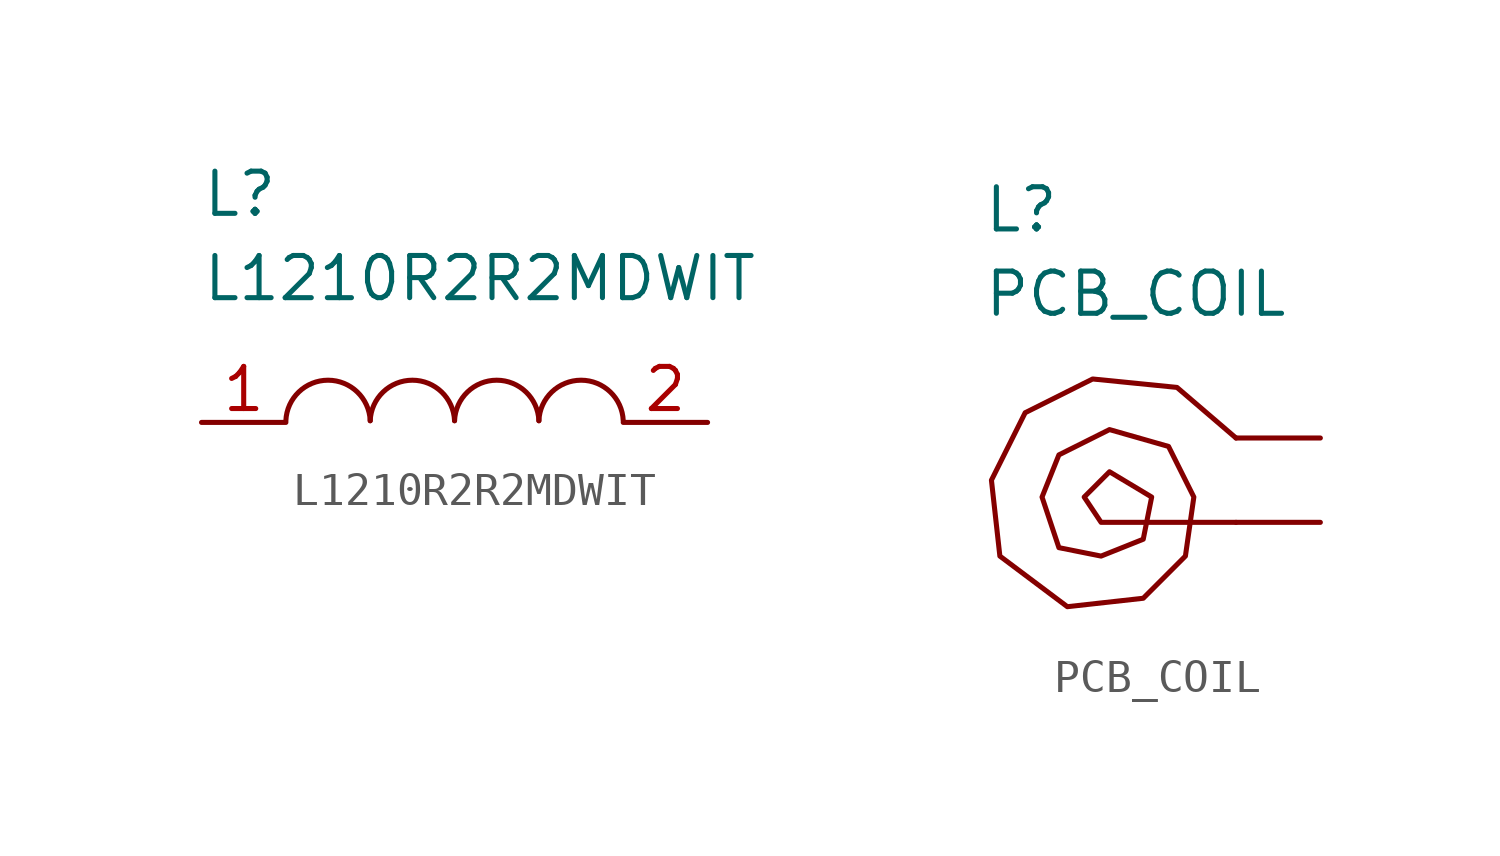
<source format=kicad_sym>
(kicad_symbol_lib
  (version 20241209)
  (generator "kicad_symbol_editor")
  (generator_version "9.0")
  (symbol "L1210R2R2MDWIT"
    (pin_names
      (offset 0.762))
    (property "Reference" "L"
      (at 0 7.62 0)
      (effects (font (size 1.27 1.27)) (justify left top)))
    (property "Value" "L1210R2R2MDWIT"
      (at 0 5.08 0)
      (effects (font (size 1.27 1.27)) (justify left top)))
    (symbol "L1210R2R2MDWIT_0_0"
      (pin passive line (at 0 0 0) (length 2.54) (name "~" (effects (font (size 1.27 1.27)))) (number "1" (effects (font (size 1.27 1.27)))))
      (pin passive line (at 15.24 0 180) (length 2.54) (name "~" (effects (font (size 1.27 1.27)))) (number "2" (effects (font (size 1.27 1.27))))))
    (symbol "L1210R2R2MDWIT_0_1"
      (arc (start 2.54 0.0508) (mid 3.81 1.271) (end 5.08 0.0508) (stroke (width 0.1524) (type default)) (fill (type none)))
      (arc (start 5.08 0.0508) (mid 6.35 1.271) (end 7.62 0.0508) (stroke (width 0.1524) (type default)) (fill (type none)))
      (arc (start 7.62 0.0508) (mid 8.89 1.271) (end 10.16 0.0508) (stroke (width 0.1524) (type default)) (fill (type none)))
      (arc (start 10.16 0.0508) (mid 11.43 1.271) (end 12.7 0.0508) (stroke (width 0.1524) (type default)) (fill (type none)))))
  (symbol "PCB_COIL"
    (pin_numbers
      (hide yes))
    (pin_names
      (hide yes))
    (property "Reference" "L"
      (at -10.16 7.62 0)
      (effects (font (size 1.27 1.27)) (justify left top)))
    (property "Value" "PCB_COIL"
      (at -10.16 5.08 0)
      (effects (font (size 1.27 1.27)) (justify left top)))
    (symbol "PCB_COIL_0_1"
      (polyline (pts (xy -2.54 0) (xy -4.318 1.524) (xy -6.858 1.778) (xy -8.89 0.762) (xy -9.906 -1.27) (xy -9.652 -3.556) (xy -7.62 -5.08) (xy -5.334 -4.826) (xy -4.064 -3.556) (xy -3.81 -1.778) (xy -4.572 -0.254) (xy -6.35 0.254) (xy -7.874 -0.508) (xy -8.382 -1.778) (xy -7.874 -3.302) (xy -6.604 -3.556) (xy -5.334 -3.048) (xy -5.08 -1.778) (xy -6.35 -1.016) (xy -7.112 -1.778) (xy -6.604 -2.54) (xy -2.54 -2.54)) (stroke (width 0) (type default)) (fill (type none))))
    (symbol "PCB_COIL_1_1"
      (pin input line (at 0 0 180) (length 2.54) (name "" (effects (font (size 1.27 1.27)))) (number "1" (effects (font (size 1.27 1.27)))))
      (pin input line (at 0 -2.54 180) (length 2.54) (name "" (effects (font (size 1.27 1.27)))) (number "2" (effects (font (size 1.27 1.27))))))))
</source>
